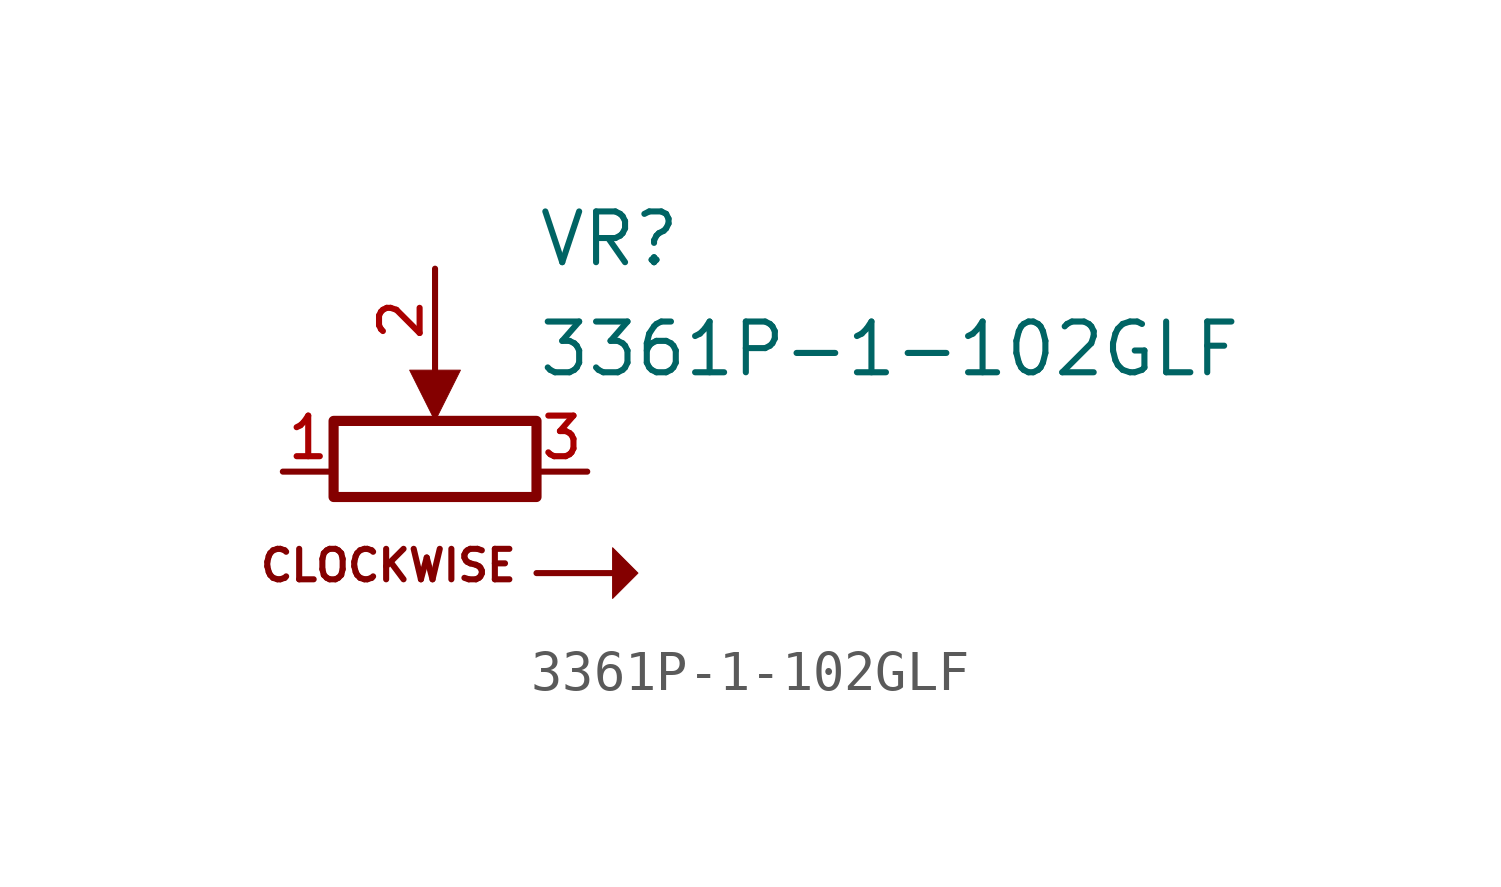
<source format=kicad_sym>
(kicad_symbol_lib
  (version 20231120)
  (generator "kicad_symbol_editor")
  (generator_version "8.0")
  (symbol "3361P-1-102GLF"
    (pin_names
      (offset 0.635))
    (property "Reference" "VR"
      (at 2.54 5.08 0)
      (effects (font (size 1.27 1.27)) (justify left bottom)))
    (property "Value" "3361P-1-102GLF"
      (at 2.54 3.81 0)
      (effects (font (size 1.27 1.27)) (justify left top)))
    (symbol "3361P-1-102GLF_0_0"
      (polyline (pts (xy 2.54 -2.54) (xy 4.445 -2.54)) (stroke (width 0.152) (type default)) (fill (type none)))
      (polyline (pts (xy 0.635 2.54) (xy -0.635 2.54) (xy 0 1.27) (xy 0.635 2.54)) (stroke (width 0.025) (type default)) (fill (type outline)))
      (polyline (pts (xy 4.445 -1.905) (xy 4.445 -3.175) (xy 5.08 -2.54) (xy 4.445 -1.905)) (stroke (width 0.025) (type default)) (fill (type outline)))
      (text "CLOCKWISE" (at -4.445 -1.905 0) (effects (font (size 0.762 0.762)) (justify left top))))
    (symbol "3361P-1-102GLF_0_1"
      (rectangle (start -2.54 1.27) (end 2.54 -0.635) (stroke (width 0.254) (type default)) (fill (type none))))
    (symbol "3361P-1-102GLF_1_0"
      (pin passive line (at -3.81 0 0) (length 1.27) (name "~" (effects (font (size 1.016 1.016)))) (number "1" (effects (font (size 1.016 1.016)))))
      (pin passive line (at 0 5.08 270) (length 2.54) (name "~" (effects (font (size 1.016 1.016)))) (number "2" (effects (font (size 1.016 1.016)))))
      (pin passive line (at 3.81 0 180) (length 1.27) (name "~" (effects (font (size 1.016 1.016)))) (number "3" (effects (font (size 1.016 1.016))))))))
</source>
